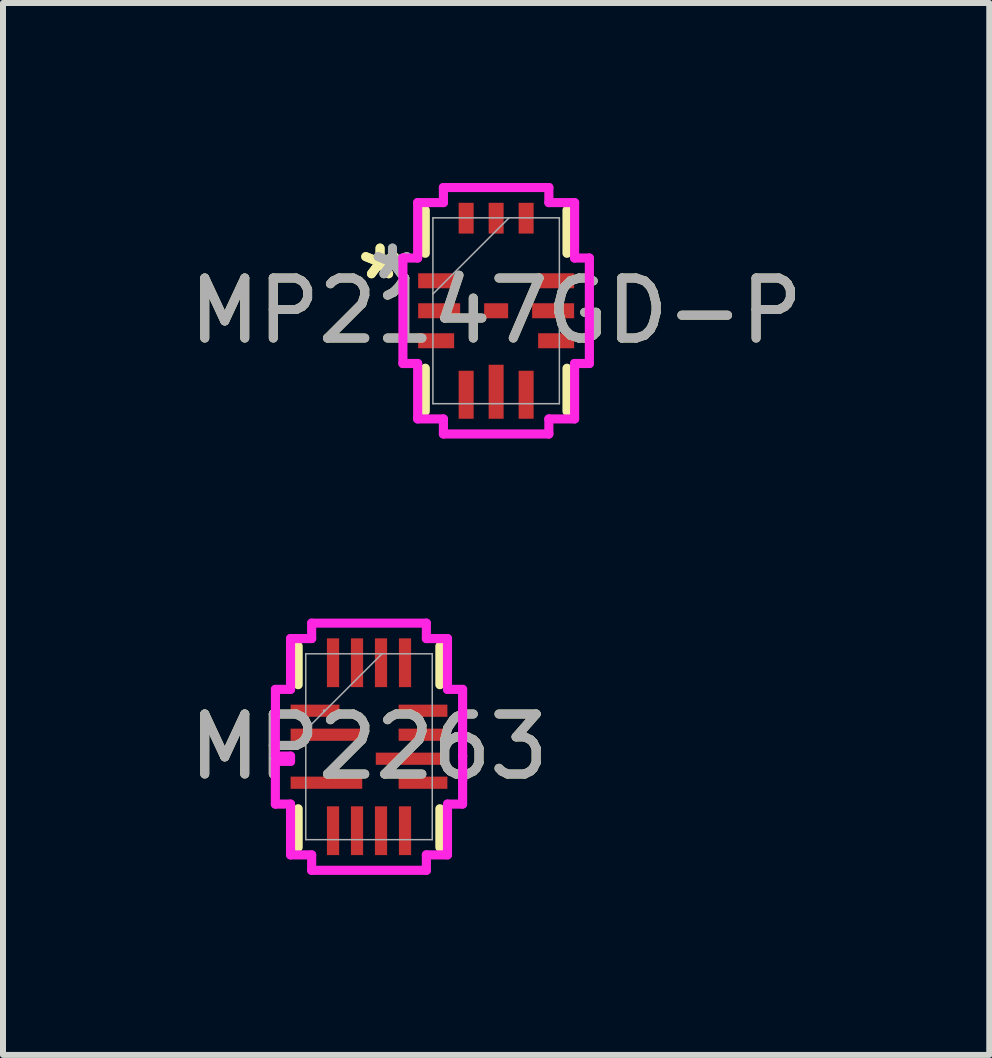
<source format=kicad_pcb>
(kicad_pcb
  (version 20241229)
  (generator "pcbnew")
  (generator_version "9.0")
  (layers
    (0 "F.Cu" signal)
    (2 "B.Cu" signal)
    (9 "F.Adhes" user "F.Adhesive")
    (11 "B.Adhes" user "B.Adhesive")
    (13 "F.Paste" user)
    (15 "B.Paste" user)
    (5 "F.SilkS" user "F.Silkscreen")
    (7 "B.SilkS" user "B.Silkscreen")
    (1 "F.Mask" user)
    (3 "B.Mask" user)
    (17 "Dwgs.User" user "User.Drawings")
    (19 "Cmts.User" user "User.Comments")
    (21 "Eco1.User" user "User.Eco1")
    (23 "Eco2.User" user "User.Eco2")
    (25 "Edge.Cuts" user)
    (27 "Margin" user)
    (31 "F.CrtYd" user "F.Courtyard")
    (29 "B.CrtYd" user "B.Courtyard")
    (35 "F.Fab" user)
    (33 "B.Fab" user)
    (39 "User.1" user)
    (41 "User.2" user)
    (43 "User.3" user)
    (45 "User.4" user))
  (footprint "MP2263"
    (layer "F.Cu")
    (at 3.101 9.397)
    (property "Reference" "MP2263" (at 0 0 0) (unlocked yes) (layer "F.SilkS") (effects (font (size 1 1) (thickness 0.15))))
    (attr smd)
    (fp_line (start -1.181 -1.676) (end -1.181 -1.034) (stroke (width 0.152) (type solid)) (layer "F.SilkS"))
    (fp_line (start -1.181 1.034) (end -1.181 1.676) (stroke (width 0.152) (type solid)) (layer "F.SilkS"))
    (fp_line (start 1.181 -1.034) (end 1.181 -1.676) (stroke (width 0.152) (type solid)) (layer "F.SilkS"))
    (fp_line (start 1.181 1.676) (end 1.181 1.034) (stroke (width 0.152) (type solid)) (layer "F.SilkS"))
    (fp_line (start -1.561 -0.556) (end -1.561 0.156) (stroke (width 0.152) (type solid)) (layer "F.CrtYd"))
    (fp_line (start -1.561 0.156) (end -1.308 0.156) (stroke (width 0.152) (type solid)) (layer "F.CrtYd"))
    (fp_line (start -1.561 0.244) (end -1.561 0.956) (stroke (width 0.152) (type solid)) (layer "F.CrtYd"))
    (fp_line (start -1.561 0.956) (end -1.308 0.956) (stroke (width 0.152) (type solid)) (layer "F.CrtYd"))
    (fp_line (start -1.56 -0.956) (end -1.56 -0.556) (stroke (width 0.152) (type solid)) (layer "F.CrtYd"))
    (fp_line (start -1.56 -0.556) (end -1.561 -0.556) (stroke (width 0.152) (type solid)) (layer "F.CrtYd"))
    (fp_line (start -1.308 -1.803) (end -1.308 -0.956) (stroke (width 0.152) (type solid)) (layer "F.CrtYd"))
    (fp_line (start -1.308 -0.956) (end -1.56 -0.956) (stroke (width 0.152) (type solid)) (layer "F.CrtYd"))
    (fp_line (start -1.308 0.156) (end -1.308 0.244) (stroke (width 0.152) (type solid)) (layer "F.CrtYd"))
    (fp_line (start -1.308 0.244) (end -1.561 0.244) (stroke (width 0.152) (type solid)) (layer "F.CrtYd"))
    (fp_line (start -1.308 0.956) (end -1.308 1.803) (stroke (width 0.152) (type solid)) (layer "F.CrtYd"))
    (fp_line (start -1.308 1.803) (end -0.956 1.803) (stroke (width 0.152) (type solid)) (layer "F.CrtYd"))
    (fp_line (start -0.956 -2.06) (end -0.956 -1.803) (stroke (width 0.152) (type solid)) (layer "F.CrtYd"))
    (fp_line (start -0.956 -1.803) (end -1.308 -1.803) (stroke (width 0.152) (type solid)) (layer "F.CrtYd"))
    (fp_line (start -0.956 1.803) (end -0.956 2.06) (stroke (width 0.152) (type solid)) (layer "F.CrtYd"))
    (fp_line (start -0.956 2.06) (end 0.956 2.06) (stroke (width 0.152) (type solid)) (layer "F.CrtYd"))
    (fp_line (start 0.956 -2.06) (end -0.956 -2.06) (stroke (width 0.152) (type solid)) (layer "F.CrtYd"))
    (fp_line (start 0.956 -1.803) (end 0.956 -2.06) (stroke (width 0.152) (type solid)) (layer "F.CrtYd"))
    (fp_line (start 0.956 1.803) (end 1.308 1.803) (stroke (width 0.152) (type solid)) (layer "F.CrtYd"))
    (fp_line (start 0.956 2.06) (end 0.956 1.803) (stroke (width 0.152) (type solid)) (layer "F.CrtYd"))
    (fp_line (start 1.308 -1.803) (end 0.956 -1.803) (stroke (width 0.152) (type solid)) (layer "F.CrtYd"))
    (fp_line (start 1.308 -0.956) (end 1.308 -1.803) (stroke (width 0.152) (type solid)) (layer "F.CrtYd"))
    (fp_line (start 1.308 0.956) (end 1.56 0.956) (stroke (width 0.152) (type solid)) (layer "F.CrtYd"))
    (fp_line (start 1.308 1.803) (end 1.308 0.956) (stroke (width 0.152) (type solid)) (layer "F.CrtYd"))
    (fp_line (start 1.56 -0.956) (end 1.308 -0.956) (stroke (width 0.152) (type solid)) (layer "F.CrtYd"))
    (fp_line (start 1.56 0.156) (end 1.56 -0.956) (stroke (width 0.152) (type solid)) (layer "F.CrtYd"))
    (fp_line (start 1.56 0.556) (end 1.561 0.556) (stroke (width 0.152) (type solid)) (layer "F.CrtYd"))
    (fp_line (start 1.56 0.956) (end 1.56 0.556) (stroke (width 0.152) (type solid)) (layer "F.CrtYd"))
    (fp_line (start 1.561 0.156) (end 1.56 0.156) (stroke (width 0.152) (type solid)) (layer "F.CrtYd"))
    (fp_line (start 1.561 0.556) (end 1.561 0.156) (stroke (width 0.152) (type solid)) (layer "F.CrtYd"))
    (fp_line (start -1.054 -1.549) (end -1.054 1.549) (stroke (width 0.025) (type solid)) (layer "F.Fab"))
    (fp_line (start -1.054 -0.279) (end 0.216 -1.549) (stroke (width 0.025) (type solid)) (layer "F.Fab"))
    (fp_line (start -1.054 1.549) (end 1.054 1.549) (stroke (width 0.025) (type solid)) (layer "F.Fab"))
    (fp_line (start 1.054 -1.549) (end -1.054 -1.549) (stroke (width 0.025) (type solid)) (layer "F.Fab"))
    (fp_line (start 1.054 1.549) (end 1.054 -1.549) (stroke (width 0.025) (type solid)) (layer "F.Fab"))
    (fp_circle (center -0.748 -0.6) (end -0.748 -0.6) (stroke (width 0.025) (type solid)) (fill no) (layer "F.Fab"))
    (fp_text user "${REFERENCE}" (at 0 0 0) (unlocked yes) (layer "F.Fab") (effects (font (size 1 1) (thickness 0.15))))
    (pad "1" smd rect (at -0.9 -0.6) (size 0.813 0.203) (layers "F.Cu" "F.Mask" "F.Paste"))
    (pad "2" smd rect (at -0.71 -0.2) (size 1.194 0.203) (layers "F.Cu" "F.Mask" "F.Paste"))
    (pad "3" smd rect (at -0.71 0.6) (size 1.194 0.203) (layers "F.Cu" "F.Mask" "F.Paste"))
    (pad "4" smd rect (at -0.6 1.4 90) (size 0.813 0.203) (layers "F.Cu" "F.Mask" "F.Paste"))
    (pad "5" smd rect (at -0.2 1.4 90) (size 0.813 0.203) (layers "F.Cu" "F.Mask" "F.Paste"))
    (pad "6" smd rect (at 0.2 1.4 90) (size 0.813 0.203) (layers "F.Cu" "F.Mask" "F.Paste"))
    (pad "7" smd rect (at 0.6 1.4 90) (size 0.813 0.203) (layers "F.Cu" "F.Mask" "F.Paste"))
    (pad "8" smd rect (at 0.9 0.6) (size 0.813 0.203) (layers "F.Cu" "F.Mask" "F.Paste"))
    (pad "9" smd rect (at 0.71 0.2) (size 1.194 0.203) (layers "F.Cu" "F.Mask" "F.Paste"))
    (pad "10" smd rect (at 0.9 -0.2) (size 0.813 0.203) (layers "F.Cu" "F.Mask" "F.Paste"))
    (pad "11" smd rect (at 0.9 -0.6) (size 0.813 0.203) (layers "F.Cu" "F.Mask" "F.Paste"))
    (pad "12" smd rect (at 0.6 -1.4 90) (size 0.813 0.203) (layers "F.Cu" "F.Mask" "F.Paste"))
    (pad "13" smd rect (at 0.2 -1.4 90) (size 0.813 0.203) (layers "F.Cu" "F.Mask" "F.Paste"))
    (pad "14" smd rect (at -0.2 -1.4 90) (size 0.813 0.203) (layers "F.Cu" "F.Mask" "F.Paste"))
    (pad "15" smd rect (at -0.6 -1.4 90) (size 0.813 0.203) (layers "F.Cu" "F.Mask" "F.Paste")))
  (footprint "MP2147GD-P"
    (layer "F.Cu")
    (at 5.22 2.13)
    (property "Reference" "MP2147GD-P" (at 0 0 0) (unlocked yes) (layer "F.SilkS") (effects (font (size 1 1) (thickness 0.15))))
    (attr smd)
    (fp_poly (pts (xy -1.3 -0.625) (xy -1.3 -0.375) (xy -0.6 -0.375) (xy -0.6 -0.525) (xy -0.7 -0.625)) (stroke (width 0) (type solid)) (fill yes) (layer "F.Mask"))
    (fp_poly (pts (xy -1.3 0.625) (xy -1.3 0.375) (xy -0.6 0.375) (xy -0.6 0.525) (xy -0.7 0.625)) (stroke (width 0) (type solid)) (fill yes) (layer "F.Mask"))
    (fp_poly (pts (xy -0.625 1.8) (xy -0.375 1.8) (xy -0.375 0.9) (xy -0.525 0.9) (xy -0.625 1)) (stroke (width 0) (type solid)) (fill yes) (layer "F.Mask"))
    (fp_poly (pts (xy 0.625 1.8) (xy 0.375 1.8) (xy 0.375 0.9) (xy 0.525 0.9) (xy 0.625 1)) (stroke (width 0) (type solid)) (fill yes) (layer "F.Mask"))
    (fp_poly (pts (xy 1.3 -0.625) (xy 1.3 -0.375) (xy 0.6 -0.375) (xy 0.6 -0.525) (xy 0.7 -0.625)) (stroke (width 0) (type solid)) (fill yes) (layer "F.Mask"))
    (fp_poly (pts (xy 1.3 0.625) (xy 1.3 0.375) (xy 0.6 0.375) (xy 0.6 0.525) (xy 0.7 0.625)) (stroke (width 0) (type solid)) (fill yes) (layer "F.Mask"))
    (fp_poly (pts (xy -0.625 -1.8) (xy -0.375 -1.8) (xy -0.375 -1.3) (xy -0.125 -1.3) (xy -0.125 -1.8) (xy 0.125 -1.8) (xy 0.125 -1.3) (xy 0.375 -1.3) (xy 0.375 -1.8) (xy 0.625 -1.8) (xy 0.625 -1) (xy 0.525 -0.9) (xy -0.525 -0.9) (xy -0.625 -1)) (stroke (width 0) (type solid)) (fill yes) (layer "F.Mask"))
    (fp_line (start -1.181 -0.958) (end -1.181 -1.676) (stroke (width 0.152) (type solid)) (layer "F.SilkS"))
    (fp_line (start -1.181 1.676) (end -1.181 0.958) (stroke (width 0.152) (type solid)) (layer "F.SilkS"))
    (fp_line (start 1.181 -1.676) (end 1.181 -0.958) (stroke (width 0.152) (type solid)) (layer "F.SilkS"))
    (fp_line (start 1.181 0.958) (end 1.181 1.676) (stroke (width 0.152) (type solid)) (layer "F.SilkS"))
    (fp_poly (pts (xy -1.3 -0.625) (xy -1.3 -0.375) (xy -0.6 -0.375) (xy -0.6 -0.525) (xy -0.7 -0.625)) (stroke (width 0) (type solid)) (fill yes) (layer "F.Paste"))
    (fp_poly (pts (xy -1.3 0.625) (xy -1.3 0.375) (xy -0.6 0.375) (xy -0.6 0.525) (xy -0.7 0.625)) (stroke (width 0) (type solid)) (fill yes) (layer "F.Paste"))
    (fp_poly (pts (xy -0.625 1.8) (xy -0.375 1.8) (xy -0.375 0.9) (xy -0.525 0.9) (xy -0.625 1)) (stroke (width 0) (type solid)) (fill yes) (layer "F.Paste"))
    (fp_poly (pts (xy 0.625 1.8) (xy 0.375 1.8) (xy 0.375 0.9) (xy 0.525 0.9) (xy 0.625 1)) (stroke (width 0) (type solid)) (fill yes) (layer "F.Paste"))
    (fp_poly (pts (xy 1.3 -0.625) (xy 1.3 -0.375) (xy 0.6 -0.375) (xy 0.6 -0.525) (xy 0.7 -0.625)) (stroke (width 0) (type solid)) (fill yes) (layer "F.Paste"))
    (fp_poly (pts (xy 1.3 0.625) (xy 1.3 0.375) (xy 0.6 0.375) (xy 0.6 0.525) (xy 0.7 0.625)) (stroke (width 0) (type solid)) (fill yes) (layer "F.Paste"))
    (fp_poly (pts (xy -0.625 -1.8) (xy -0.375 -1.8) (xy -0.375 -1.3) (xy -0.125 -1.3) (xy -0.125 -1.8) (xy 0.125 -1.8) (xy 0.125 -1.3) (xy 0.375 -1.3) (xy 0.375 -1.8) (xy 0.625 -1.8) (xy 0.625 -1) (xy 0.525 -0.9) (xy -0.525 -0.9) (xy -0.625 -1)) (stroke (width 0) (type solid)) (fill yes) (layer "F.Paste"))
    (fp_line (start -1.554 -0.879) (end -1.554 0.879) (stroke (width 0.152) (type solid)) (layer "F.CrtYd"))
    (fp_line (start -1.554 0.879) (end -1.308 0.879) (stroke (width 0.152) (type solid)) (layer "F.CrtYd"))
    (fp_line (start -1.308 -1.803) (end -1.308 -0.879) (stroke (width 0.152) (type solid)) (layer "F.CrtYd"))
    (fp_line (start -1.308 -0.879) (end -1.554 -0.879) (stroke (width 0.152) (type solid)) (layer "F.CrtYd"))
    (fp_line (start -1.308 0.879) (end -1.308 1.803) (stroke (width 0.152) (type solid)) (layer "F.CrtYd"))
    (fp_line (start -1.308 1.803) (end -0.879 1.803) (stroke (width 0.152) (type solid)) (layer "F.CrtYd"))
    (fp_line (start -0.879 -2.054) (end -0.879 -1.803) (stroke (width 0.152) (type solid)) (layer "F.CrtYd"))
    (fp_line (start -0.879 -1.803) (end -1.308 -1.803) (stroke (width 0.152) (type solid)) (layer "F.CrtYd"))
    (fp_line (start -0.879 1.803) (end -0.879 2.054) (stroke (width 0.152) (type solid)) (layer "F.CrtYd"))
    (fp_line (start -0.879 2.054) (end 0.879 2.054) (stroke (width 0.152) (type solid)) (layer "F.CrtYd"))
    (fp_line (start 0.879 -2.054) (end -0.879 -2.054) (stroke (width 0.152) (type solid)) (layer "F.CrtYd"))
    (fp_line (start 0.879 -1.803) (end 0.879 -2.054) (stroke (width 0.152) (type solid)) (layer "F.CrtYd"))
    (fp_line (start 0.879 1.803) (end 1.308 1.803) (stroke (width 0.152) (type solid)) (layer "F.CrtYd"))
    (fp_line (start 0.879 2.054) (end 0.879 1.803) (stroke (width 0.152) (type solid)) (layer "F.CrtYd"))
    (fp_line (start 1.308 -1.803) (end 0.879 -1.803) (stroke (width 0.152) (type solid)) (layer "F.CrtYd"))
    (fp_line (start 1.308 -0.879) (end 1.308 -1.803) (stroke (width 0.152) (type solid)) (layer "F.CrtYd"))
    (fp_line (start 1.308 0.879) (end 1.554 0.879) (stroke (width 0.152) (type solid)) (layer "F.CrtYd"))
    (fp_line (start 1.308 1.803) (end 1.308 0.879) (stroke (width 0.152) (type solid)) (layer "F.CrtYd"))
    (fp_line (start 1.554 -0.879) (end 1.308 -0.879) (stroke (width 0.152) (type solid)) (layer "F.CrtYd"))
    (fp_line (start 1.554 0.879) (end 1.554 -0.879) (stroke (width 0.152) (type solid)) (layer "F.CrtYd"))
    (fp_line (start -1.054 -1.549) (end -1.054 1.549) (stroke (width 0.025) (type solid)) (layer "F.Fab"))
    (fp_line (start -1.054 -0.279) (end 0.216 -1.549) (stroke (width 0.025) (type solid)) (layer "F.Fab"))
    (fp_line (start -1.054 1.549) (end 1.054 1.549) (stroke (width 0.025) (type solid)) (layer "F.Fab"))
    (fp_line (start 1.054 -1.549) (end -1.054 -1.549) (stroke (width 0.025) (type solid)) (layer "F.Fab"))
    (fp_line (start 1.054 1.549) (end 1.054 -1.549) (stroke (width 0.025) (type solid)) (layer "F.Fab"))
    (fp_text user "*" (at -1.935 -0.5 0) (layer "F.SilkS") (effects (font (size 1 1) (thickness 0.15))))
    (fp_text user "*" (at -1.935 -0.5 0) (unlocked yes) (layer "F.SilkS") (effects (font (size 1 1) (thickness 0.15))))
    (fp_text user "*" (at -1.728 -0.5 0) (layer "F.Fab") (effects (font (size 1 1) (thickness 0.15))))
    (fp_text user "${REFERENCE}" (at 0 0 0) (unlocked yes) (layer "F.Fab") (effects (font (size 1 1) (thickness 0.15))))
    (fp_text user "*" (at -1.728 -0.5 0) (unlocked yes) (layer "F.Fab") (effects (font (size 1 1) (thickness 0.15))))
    (pad "1" smd rect (at -1 -0.5) (size 0.6 0.25) (layers "F.Cu" "F.Mask" "F.Paste"))
    (pad "2" smd rect (at -0.95 0) (size 0.7 0.25) (layers "F.Cu" "F.Mask" "F.Paste"))
    (pad "3" smd rect (at -1 0.5) (size 0.6 0.25) (layers "F.Cu" "F.Mask" "F.Paste"))
    (pad "4" smd rect (at -0.5 1.4 90) (size 0.8 0.25) (layers "F.Cu" "F.Mask" "F.Paste"))
    (pad "5" smd rect (at 0 1.35 90) (size 0.9 0.25) (layers "F.Cu" "F.Mask" "F.Paste"))
    (pad "6" smd rect (at 0.5 1.4 90) (size 0.8 0.25) (layers "F.Cu" "F.Mask" "F.Paste"))
    (pad "7" smd rect (at 1 0.5) (size 0.6 0.25) (layers "F.Cu" "F.Mask" "F.Paste"))
    (pad "8" smd rect (at 0.95 0) (size 0.7 0.25) (layers "F.Cu" "F.Mask" "F.Paste"))
    (pad "9" smd rect (at 1.002 -0.5) (size 0.595 0.25) (layers "F.Cu" "F.Mask" "F.Paste"))
    (pad "10" smd rect (at 0.5 -1.543 90) (size 0.513 0.25) (layers "F.Cu" "F.Mask" "F.Paste"))
    (pad "11" smd rect (at 0 -1.543 90) (size 0.513 0.25) (layers "F.Cu" "F.Mask" "F.Paste"))
    (pad "12" smd rect (at -0.5 -1.543 90) (size 0.513 0.25) (layers "F.Cu" "F.Mask" "F.Paste"))
    (pad "13" smd rect (at 0 0) (size 0.4 0.25) (layers "F.Cu" "F.Mask" "F.Paste")))
  (gr_rect
    (start -3 -3)
    (end 13.44 14.534)
    (stroke (width 0.1) (type default))
    (fill no)
    (layer "Edge.Cuts")))
</source>
